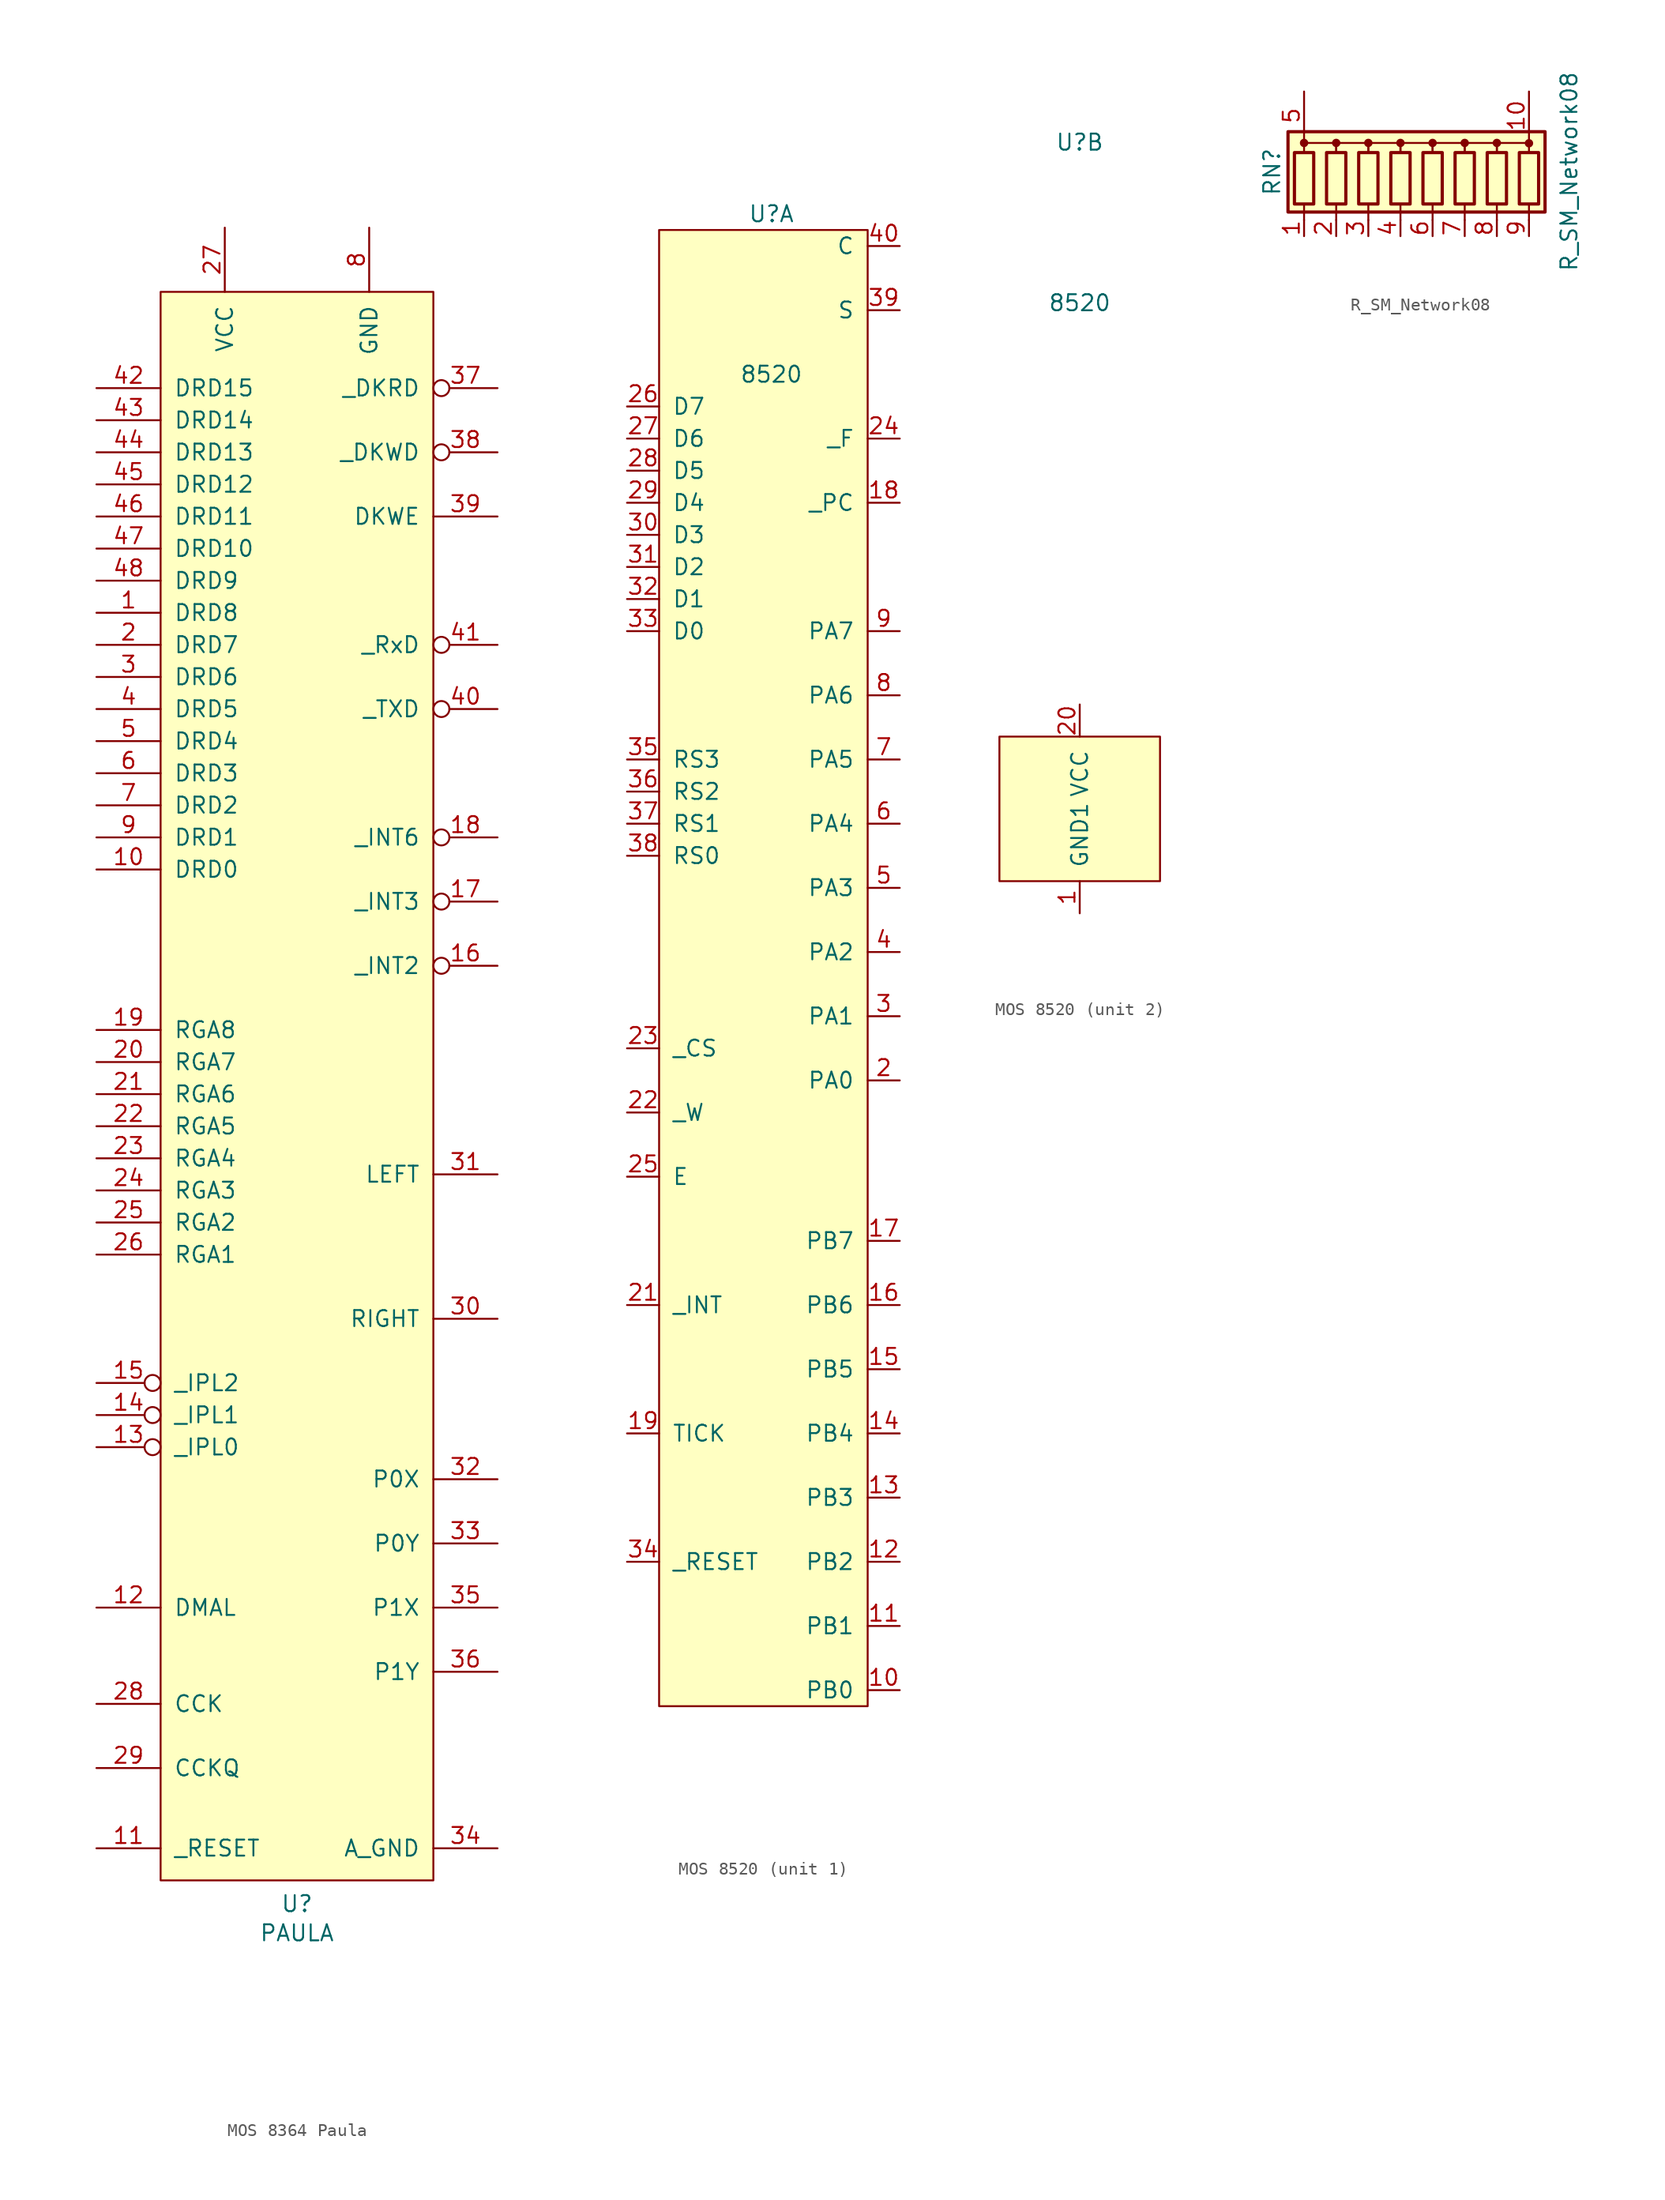
<source format=kicad_sym>
(kicad_symbol_lib
  (version 20220914)
  (generator kicad_symbol_editor)
  (symbol "MOS 8364 Paula"
    (pin_names
      (offset 1.016))
    (property "Reference" "U"
      (at -0.635 -69.164 0)
      (effects (font (size 1.27 1.27))))
    (property "Value" "PAULA"
      (at -0.635 -71.476 0)
      (effects (font (size 1.27 1.27))))
    (symbol "MOS 8364 Paula_0_1"
      (rectangle (start -11.43 58.42) (end 10.16 -67.31) (stroke (width 0) (type solid)) (fill (type background))))
    (symbol "MOS 8364 Paula_1_1"
      (pin passive line (at -16.51 33.02 0) (length 5.08) (name "DRD8" (effects (font (size 1.27 1.27)))) (number "1" (effects (font (size 1.27 1.27)))))
      (pin passive line (at -16.51 12.7 0) (length 5.08) (name "DRD0" (effects (font (size 1.27 1.27)))) (number "10" (effects (font (size 1.27 1.27)))))
      (pin passive line (at -16.51 -64.77 0) (length 5.08) (name "_RESET" (effects (font (size 1.27 1.27)))) (number "11" (effects (font (size 1.27 1.27)))))
      (pin passive line (at -16.51 -45.72 0) (length 5.08) (name "DMAL" (effects (font (size 1.27 1.27)))) (number "12" (effects (font (size 1.27 1.27)))))
      (pin passive inverted (at -16.51 -33.02 0) (length 5.08) (name "_IPL0" (effects (font (size 1.27 1.27)))) (number "13" (effects (font (size 1.27 1.27)))))
      (pin passive inverted (at -16.51 -30.48 0) (length 5.08) (name "_IPL1" (effects (font (size 1.27 1.27)))) (number "14" (effects (font (size 1.27 1.27)))))
      (pin passive inverted (at -16.51 -27.94 0) (length 5.08) (name "_IPL2" (effects (font (size 1.27 1.27)))) (number "15" (effects (font (size 1.27 1.27)))))
      (pin passive inverted (at 15.24 5.08 180) (length 5.08) (name "_INT2" (effects (font (size 1.27 1.27)))) (number "16" (effects (font (size 1.27 1.27)))))
      (pin passive inverted (at 15.24 10.16 180) (length 5.08) (name "_INT3" (effects (font (size 1.27 1.27)))) (number "17" (effects (font (size 1.27 1.27)))))
      (pin passive inverted (at 15.24 15.24 180) (length 5.08) (name "_INT6" (effects (font (size 1.27 1.27)))) (number "18" (effects (font (size 1.27 1.27)))))
      (pin passive line (at -16.51 0 0) (length 5.08) (name "RGA8" (effects (font (size 1.27 1.27)))) (number "19" (effects (font (size 1.27 1.27)))))
      (pin passive line (at -16.51 30.48 0) (length 5.08) (name "DRD7" (effects (font (size 1.27 1.27)))) (number "2" (effects (font (size 1.27 1.27)))))
      (pin passive line (at -16.51 -2.54 0) (length 5.08) (name "RGA7" (effects (font (size 1.27 1.27)))) (number "20" (effects (font (size 1.27 1.27)))))
      (pin passive line (at -16.51 -5.08 0) (length 5.08) (name "RGA6" (effects (font (size 1.27 1.27)))) (number "21" (effects (font (size 1.27 1.27)))))
      (pin passive line (at -16.51 -7.62 0) (length 5.08) (name "RGA5" (effects (font (size 1.27 1.27)))) (number "22" (effects (font (size 1.27 1.27)))))
      (pin passive line (at -16.51 -10.16 0) (length 5.08) (name "RGA4" (effects (font (size 1.27 1.27)))) (number "23" (effects (font (size 1.27 1.27)))))
      (pin passive line (at -16.51 -12.7 0) (length 5.08) (name "RGA3" (effects (font (size 1.27 1.27)))) (number "24" (effects (font (size 1.27 1.27)))))
      (pin passive line (at -16.51 -15.24 0) (length 5.08) (name "RGA2" (effects (font (size 1.27 1.27)))) (number "25" (effects (font (size 1.27 1.27)))))
      (pin passive line (at -16.51 -17.78 0) (length 5.08) (name "RGA1" (effects (font (size 1.27 1.27)))) (number "26" (effects (font (size 1.27 1.27)))))
      (pin passive line (at -6.35 63.5 270) (length 5.08) (name "VCC" (effects (font (size 1.27 1.27)))) (number "27" (effects (font (size 1.27 1.27)))))
      (pin passive line (at -16.51 -53.34 0) (length 5.08) (name "CCK" (effects (font (size 1.27 1.27)))) (number "28" (effects (font (size 1.27 1.27)))))
      (pin passive line (at -16.51 -58.42 0) (length 5.08) (name "CCKQ" (effects (font (size 1.27 1.27)))) (number "29" (effects (font (size 1.27 1.27)))))
      (pin passive line (at -16.51 27.94 0) (length 5.08) (name "DRD6" (effects (font (size 1.27 1.27)))) (number "3" (effects (font (size 1.27 1.27)))))
      (pin passive line (at 15.24 -22.86 180) (length 5.08) (name "RIGHT" (effects (font (size 1.27 1.27)))) (number "30" (effects (font (size 1.27 1.27)))))
      (pin passive line (at 15.24 -11.43 180) (length 5.08) (name "LEFT" (effects (font (size 1.27 1.27)))) (number "31" (effects (font (size 1.27 1.27)))))
      (pin passive line (at 15.24 -35.56 180) (length 5.08) (name "P0X" (effects (font (size 1.27 1.27)))) (number "32" (effects (font (size 1.27 1.27)))))
      (pin passive line (at 15.24 -40.64 180) (length 5.08) (name "P0Y" (effects (font (size 1.27 1.27)))) (number "33" (effects (font (size 1.27 1.27)))))
      (pin passive line (at 15.24 -64.77 180) (length 5.08) (name "A_GND" (effects (font (size 1.27 1.27)))) (number "34" (effects (font (size 1.27 1.27)))))
      (pin passive line (at 15.24 -45.72 180) (length 5.08) (name "P1X" (effects (font (size 1.27 1.27)))) (number "35" (effects (font (size 1.27 1.27)))))
      (pin passive line (at 15.24 -50.8 180) (length 5.08) (name "P1Y" (effects (font (size 1.27 1.27)))) (number "36" (effects (font (size 1.27 1.27)))))
      (pin passive inverted (at 15.24 50.8 180) (length 5.08) (name "_DKRD" (effects (font (size 1.27 1.27)))) (number "37" (effects (font (size 1.27 1.27)))))
      (pin passive inverted (at 15.24 45.72 180) (length 5.08) (name "_DKWD" (effects (font (size 1.27 1.27)))) (number "38" (effects (font (size 1.27 1.27)))))
      (pin passive line (at 15.24 40.64 180) (length 5.08) (name "DKWE" (effects (font (size 1.27 1.27)))) (number "39" (effects (font (size 1.27 1.27)))))
      (pin passive line (at -16.51 25.4 0) (length 5.08) (name "DRD5" (effects (font (size 1.27 1.27)))) (number "4" (effects (font (size 1.27 1.27)))))
      (pin passive inverted (at 15.24 25.4 180) (length 5.08) (name "_TXD" (effects (font (size 1.27 1.27)))) (number "40" (effects (font (size 1.27 1.27)))))
      (pin passive inverted (at 15.24 30.48 180) (length 5.08) (name "_RxD" (effects (font (size 1.27 1.27)))) (number "41" (effects (font (size 1.27 1.27)))))
      (pin passive line (at -16.51 50.8 0) (length 5.08) (name "DRD15" (effects (font (size 1.27 1.27)))) (number "42" (effects (font (size 1.27 1.27)))))
      (pin passive line (at -16.51 48.26 0) (length 5.08) (name "DRD14" (effects (font (size 1.27 1.27)))) (number "43" (effects (font (size 1.27 1.27)))))
      (pin passive line (at -16.51 45.72 0) (length 5.08) (name "DRD13" (effects (font (size 1.27 1.27)))) (number "44" (effects (font (size 1.27 1.27)))))
      (pin passive line (at -16.51 43.18 0) (length 5.08) (name "DRD12" (effects (font (size 1.27 1.27)))) (number "45" (effects (font (size 1.27 1.27)))))
      (pin passive line (at -16.51 40.64 0) (length 5.08) (name "DRD11" (effects (font (size 1.27 1.27)))) (number "46" (effects (font (size 1.27 1.27)))))
      (pin passive line (at -16.51 38.1 0) (length 5.08) (name "DRD10" (effects (font (size 1.27 1.27)))) (number "47" (effects (font (size 1.27 1.27)))))
      (pin passive line (at -16.51 35.56 0) (length 5.08) (name "DRD9" (effects (font (size 1.27 1.27)))) (number "48" (effects (font (size 1.27 1.27)))))
      (pin passive line (at -16.51 22.86 0) (length 5.08) (name "DRD4" (effects (font (size 1.27 1.27)))) (number "5" (effects (font (size 1.27 1.27)))))
      (pin passive line (at -16.51 20.32 0) (length 5.08) (name "DRD3" (effects (font (size 1.27 1.27)))) (number "6" (effects (font (size 1.27 1.27)))))
      (pin passive line (at -16.51 17.78 0) (length 5.08) (name "DRD2" (effects (font (size 1.27 1.27)))) (number "7" (effects (font (size 1.27 1.27)))))
      (pin passive line (at 5.08 63.5 270) (length 5.08) (name "GND" (effects (font (size 1.27 1.27)))) (number "8" (effects (font (size 1.27 1.27)))))
      (pin passive line (at -16.51 15.24 0) (length 5.08) (name "DRD1" (effects (font (size 1.27 1.27)))) (number "9" (effects (font (size 1.27 1.27)))))))
  (symbol "MOS 8520"
    (pin_names
      (offset 1.016))
    (property "Reference" "U"
      (at 0 53.34 0)
      (effects (font (size 1.27 1.27))))
    (property "Value" "8520"
      (at 0 40.64 0)
      (effects (font (size 1.27 1.27))))
    (property "ki_locked" ""
      (at 0 0 0)
      (effects (font (size 1.27 1.27))))
    (symbol "MOS 8520_1_1"
      (rectangle (start -8.89 52.07) (end 7.62 -64.77) (stroke (width 0) (type solid)) (fill (type background)))
      (pin bidirectional line (at 10.16 -63.5 180) (length 2.54) (name "PB0" (effects (font (size 1.27 1.27)))) (number "10" (effects (font (size 1.27 1.27)))))
      (pin bidirectional line (at 10.16 -58.42 180) (length 2.54) (name "PB1" (effects (font (size 1.27 1.27)))) (number "11" (effects (font (size 1.27 1.27)))))
      (pin bidirectional line (at 10.16 -53.34 180) (length 2.54) (name "PB2" (effects (font (size 1.27 1.27)))) (number "12" (effects (font (size 1.27 1.27)))))
      (pin bidirectional line (at 10.16 -48.26 180) (length 2.54) (name "PB3" (effects (font (size 1.27 1.27)))) (number "13" (effects (font (size 1.27 1.27)))))
      (pin bidirectional line (at 10.16 -43.18 180) (length 2.54) (name "PB4" (effects (font (size 1.27 1.27)))) (number "14" (effects (font (size 1.27 1.27)))))
      (pin bidirectional line (at 10.16 -38.1 180) (length 2.54) (name "PB5" (effects (font (size 1.27 1.27)))) (number "15" (effects (font (size 1.27 1.27)))))
      (pin bidirectional line (at 10.16 -33.02 180) (length 2.54) (name "PB6" (effects (font (size 1.27 1.27)))) (number "16" (effects (font (size 1.27 1.27)))))
      (pin bidirectional line (at 10.16 -27.94 180) (length 2.54) (name "PB7" (effects (font (size 1.27 1.27)))) (number "17" (effects (font (size 1.27 1.27)))))
      (pin output line (at 10.16 30.48 180) (length 2.54) (name "_PC" (effects (font (size 1.27 1.27)))) (number "18" (effects (font (size 1.27 1.27)))))
      (pin input line (at -11.43 -43.18 0) (length 2.54) (name "TICK" (effects (font (size 1.27 1.27)))) (number "19" (effects (font (size 1.27 1.27)))))
      (pin bidirectional line (at 10.16 -15.24 180) (length 2.54) (name "PA0" (effects (font (size 1.27 1.27)))) (number "2" (effects (font (size 1.27 1.27)))))
      (pin output line (at -11.43 -33.02 0) (length 2.54) (name "_INT" (effects (font (size 1.27 1.27)))) (number "21" (effects (font (size 1.27 1.27)))))
      (pin input line (at -11.43 -17.78 0) (length 2.54) (name "_W" (effects (font (size 1.27 1.27)))) (number "22" (effects (font (size 1.27 1.27)))))
      (pin input line (at -11.43 -12.7 0) (length 2.54) (name "_CS" (effects (font (size 1.27 1.27)))) (number "23" (effects (font (size 1.27 1.27)))))
      (pin input line (at 10.16 35.56 180) (length 2.54) (name "_F" (effects (font (size 1.27 1.27)))) (number "24" (effects (font (size 1.27 1.27)))))
      (pin input line (at -11.43 -22.86 0) (length 2.54) (name "E" (effects (font (size 1.27 1.27)))) (number "25" (effects (font (size 1.27 1.27)))))
      (pin bidirectional line (at -11.43 38.1 0) (length 2.54) (name "D7" (effects (font (size 1.27 1.27)))) (number "26" (effects (font (size 1.27 1.27)))))
      (pin bidirectional line (at -11.43 35.56 0) (length 2.54) (name "D6" (effects (font (size 1.27 1.27)))) (number "27" (effects (font (size 1.27 1.27)))))
      (pin bidirectional line (at -11.43 33.02 0) (length 2.54) (name "D5" (effects (font (size 1.27 1.27)))) (number "28" (effects (font (size 1.27 1.27)))))
      (pin bidirectional line (at -11.43 30.48 0) (length 2.54) (name "D4" (effects (font (size 1.27 1.27)))) (number "29" (effects (font (size 1.27 1.27)))))
      (pin bidirectional line (at 10.16 -10.16 180) (length 2.54) (name "PA1" (effects (font (size 1.27 1.27)))) (number "3" (effects (font (size 1.27 1.27)))))
      (pin bidirectional line (at -11.43 27.94 0) (length 2.54) (name "D3" (effects (font (size 1.27 1.27)))) (number "30" (effects (font (size 1.27 1.27)))))
      (pin bidirectional line (at -11.43 25.4 0) (length 2.54) (name "D2" (effects (font (size 1.27 1.27)))) (number "31" (effects (font (size 1.27 1.27)))))
      (pin bidirectional line (at -11.43 22.86 0) (length 2.54) (name "D1" (effects (font (size 1.27 1.27)))) (number "32" (effects (font (size 1.27 1.27)))))
      (pin bidirectional line (at -11.43 20.32 0) (length 2.54) (name "D0" (effects (font (size 1.27 1.27)))) (number "33" (effects (font (size 1.27 1.27)))))
      (pin input line (at -11.43 -53.34 0) (length 2.54) (name "_RESET" (effects (font (size 1.27 1.27)))) (number "34" (effects (font (size 1.27 1.27)))))
      (pin input line (at -11.43 10.16 0) (length 2.54) (name "RS3" (effects (font (size 1.27 1.27)))) (number "35" (effects (font (size 1.27 1.27)))))
      (pin input line (at -11.43 7.62 0) (length 2.54) (name "RS2" (effects (font (size 1.27 1.27)))) (number "36" (effects (font (size 1.27 1.27)))))
      (pin input line (at -11.43 5.08 0) (length 2.54) (name "RS1" (effects (font (size 1.27 1.27)))) (number "37" (effects (font (size 1.27 1.27)))))
      (pin input line (at -11.43 2.54 0) (length 2.54) (name "RS0" (effects (font (size 1.27 1.27)))) (number "38" (effects (font (size 1.27 1.27)))))
      (pin input line (at 10.16 45.72 180) (length 2.54) (name "S" (effects (font (size 1.27 1.27)))) (number "39" (effects (font (size 1.27 1.27)))))
      (pin bidirectional line (at 10.16 -5.08 180) (length 2.54) (name "PA2" (effects (font (size 1.27 1.27)))) (number "4" (effects (font (size 1.27 1.27)))))
      (pin input line (at 10.16 50.8 180) (length 2.54) (name "C" (effects (font (size 1.27 1.27)))) (number "40" (effects (font (size 1.27 1.27)))))
      (pin bidirectional line (at 10.16 0 180) (length 2.54) (name "PA3" (effects (font (size 1.27 1.27)))) (number "5" (effects (font (size 1.27 1.27)))))
      (pin bidirectional line (at 10.16 5.08 180) (length 2.54) (name "PA4" (effects (font (size 1.27 1.27)))) (number "6" (effects (font (size 1.27 1.27)))))
      (pin bidirectional line (at 10.16 10.16 180) (length 2.54) (name "PA5" (effects (font (size 1.27 1.27)))) (number "7" (effects (font (size 1.27 1.27)))))
      (pin bidirectional line (at 10.16 15.24 180) (length 2.54) (name "PA6" (effects (font (size 1.27 1.27)))) (number "8" (effects (font (size 1.27 1.27)))))
      (pin bidirectional line (at 10.16 20.32 180) (length 2.54) (name "PA7" (effects (font (size 1.27 1.27)))) (number "9" (effects (font (size 1.27 1.27))))))
    (symbol "MOS 8520_2_1"
      (rectangle (start -6.35 6.35) (end 6.35 -5.08) (stroke (width 0) (type solid)) (fill (type background)))
      (pin power_in line (at 0 -7.62 90) (length 2.54) (name "GND1" (effects (font (size 1.27 1.27)))) (number "1" (effects (font (size 1.27 1.27)))))
      (pin power_in line (at 0 8.89 270) (length 2.54) (name "VCC" (effects (font (size 1.27 1.27)))) (number "20" (effects (font (size 1.27 1.27)))))))
  (symbol "R_SM_Network08"
    (pin_names
      (offset 0) hide)
    (property "Reference" "RN"
      (at -12.7 0 90)
      (effects (font (size 1.27 1.27))))
    (property "Value" "R_SM_Network08"
      (at 10.795 0.025 90)
      (effects (font (size 1.27 1.27))))
    (symbol "R_SM_Network08_0_1"
      (rectangle (start -11.43 -3.175) (end 8.89 3.175) (stroke (width 0.254) (type default)) (fill (type background)))
      (rectangle (start -10.922 1.524) (end -9.398 -2.54) (stroke (width 0.254) (type default)) (fill (type none)))
      (circle (center -10.16 2.286) (radius 0.254) (stroke (width 0) (type default)) (fill (type outline)))
      (rectangle (start -8.382 1.524) (end -6.858 -2.54) (stroke (width 0.254) (type default)) (fill (type none)))
      (circle (center -7.62 2.286) (radius 0.254) (stroke (width 0) (type default)) (fill (type outline)))
      (rectangle (start -5.842 1.524) (end -4.318 -2.54) (stroke (width 0.254) (type default)) (fill (type none)))
      (circle (center -5.08 2.286) (radius 0.254) (stroke (width 0) (type default)) (fill (type outline)))
      (rectangle (start -3.302 1.524) (end -1.778 -2.54) (stroke (width 0.254) (type default)) (fill (type none)))
      (circle (center -2.54 2.286) (radius 0.254) (stroke (width 0) (type default)) (fill (type outline)))
      (rectangle (start -0.762 1.524) (end 0.762 -2.54) (stroke (width 0.254) (type default)) (fill (type none)))
      (polyline (pts (xy -10.16 -2.54) (xy -10.16 -3.81)) (stroke (width 0) (type default)) (fill (type none)))
      (polyline (pts (xy -7.62 -2.54) (xy -7.62 -3.81)) (stroke (width 0) (type default)) (fill (type none)))
      (polyline (pts (xy -5.08 -2.54) (xy -5.08 -3.81)) (stroke (width 0) (type default)) (fill (type none)))
      (polyline (pts (xy -2.54 -2.54) (xy -2.54 -3.81)) (stroke (width 0) (type default)) (fill (type none)))
      (polyline (pts (xy 0 -2.54) (xy 0 -3.81)) (stroke (width 0) (type default)) (fill (type none)))
      (polyline (pts (xy 2.54 -2.54) (xy 2.54 -3.81)) (stroke (width 0) (type default)) (fill (type none)))
      (polyline (pts (xy 5.08 -2.54) (xy 5.08 -3.81)) (stroke (width 0) (type default)) (fill (type none)))
      (polyline (pts (xy 7.62 -2.54) (xy 7.62 -3.81)) (stroke (width 0) (type default)) (fill (type none)))
      (polyline (pts (xy -10.16 1.524) (xy -10.16 2.286) (xy -7.62 2.286) (xy -7.62 1.524)) (stroke (width 0) (type default)) (fill (type none)))
      (polyline (pts (xy -7.62 1.524) (xy -7.62 2.286) (xy -5.08 2.286) (xy -5.08 1.524)) (stroke (width 0) (type default)) (fill (type none)))
      (polyline (pts (xy -5.08 1.524) (xy -5.08 2.286) (xy -2.54 2.286) (xy -2.54 1.524)) (stroke (width 0) (type default)) (fill (type none)))
      (polyline (pts (xy -2.54 1.524) (xy -2.54 2.286) (xy 0 2.286) (xy 0 1.524)) (stroke (width 0) (type default)) (fill (type none)))
      (polyline (pts (xy 0 1.524) (xy 0 2.286) (xy 2.54 2.286) (xy 2.54 1.524)) (stroke (width 0) (type default)) (fill (type none)))
      (polyline (pts (xy 2.54 1.524) (xy 2.54 2.286) (xy 5.08 2.286) (xy 5.08 1.524)) (stroke (width 0) (type default)) (fill (type none)))
      (polyline (pts (xy 5.08 1.524) (xy 5.08 2.286) (xy 7.62 2.286) (xy 7.62 1.524)) (stroke (width 0) (type default)) (fill (type none)))
      (circle (center 0 2.286) (radius 0.254) (stroke (width 0) (type default)) (fill (type outline)))
      (rectangle (start 1.778 1.524) (end 3.302 -2.54) (stroke (width 0.254) (type default)) (fill (type none)))
      (circle (center 2.54 2.286) (radius 0.254) (stroke (width 0) (type default)) (fill (type outline)))
      (rectangle (start 4.318 1.524) (end 5.842 -2.54) (stroke (width 0.254) (type default)) (fill (type none)))
      (circle (center 5.08 2.286) (radius 0.254) (stroke (width 0) (type default)) (fill (type outline)))
      (rectangle (start 6.858 1.524) (end 8.382 -2.54) (stroke (width 0.254) (type default)) (fill (type none)))
      (circle (center 7.62 2.261) (radius 0.254) (stroke (width 0) (type default)) (fill (type outline))))
    (symbol "R_SM_Network08_1_0"
      (pin passive line (at 7.62 6.35 270) (length 3.81) (name "common" (effects (font (size 1.27 1.27)))) (number "10" (effects (font (size 1.27 1.27))))))
    (symbol "R_SM_Network08_1_1"
      (pin passive line (at -10.16 -5.08 90) (length 1.27) (name "R1" (effects (font (size 1.27 1.27)))) (number "1" (effects (font (size 1.27 1.27)))))
      (pin passive line (at -7.62 -5.08 90) (length 1.27) (name "R2" (effects (font (size 1.27 1.27)))) (number "2" (effects (font (size 1.27 1.27)))))
      (pin passive line (at -5.08 -5.08 90) (length 1.27) (name "R3" (effects (font (size 1.27 1.27)))) (number "3" (effects (font (size 1.27 1.27)))))
      (pin passive line (at -2.54 -5.08 90) (length 1.27) (name "R4" (effects (font (size 1.27 1.27)))) (number "4" (effects (font (size 1.27 1.27)))))
      (pin passive line (at -10.16 6.35 270) (length 3.81) (name "common" (effects (font (size 1.27 1.27)))) (number "5" (effects (font (size 1.27 1.27)))))
      (pin passive line (at 0 -5.08 90) (length 1.27) (name "R5" (effects (font (size 1.27 1.27)))) (number "6" (effects (font (size 1.27 1.27)))))
      (pin passive line (at 2.54 -5.08 90) (length 1.27) (name "R6" (effects (font (size 1.27 1.27)))) (number "7" (effects (font (size 1.27 1.27)))))
      (pin passive line (at 5.08 -5.08 90) (length 1.27) (name "R7" (effects (font (size 1.27 1.27)))) (number "8" (effects (font (size 1.27 1.27)))))
      (pin passive line (at 7.62 -5.08 90) (length 1.27) (name "R8" (effects (font (size 1.27 1.27)))) (number "9" (effects (font (size 1.27 1.27))))))))
</source>
